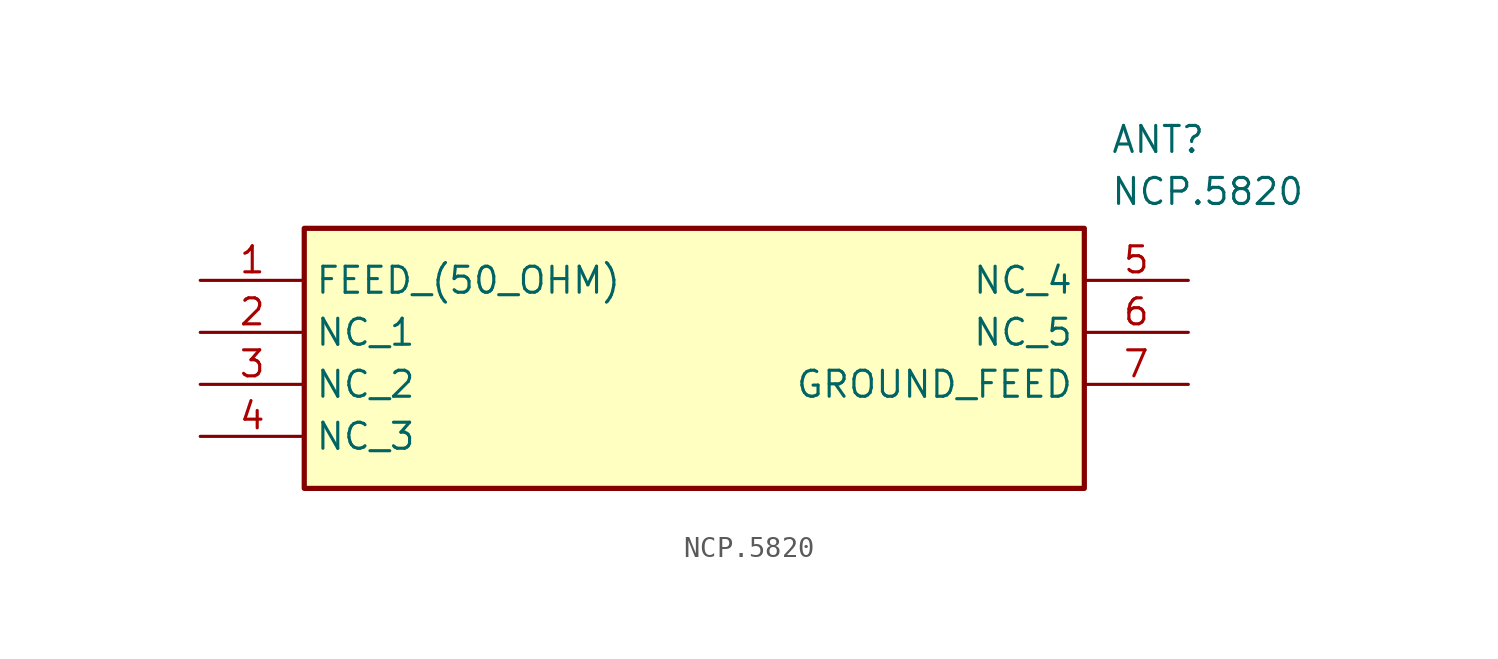
<source format=kicad_sym>
(kicad_symbol_lib
  (version 20211014)
  (generator SamacSys_ECAD_Model)
  (symbol "NCP.5820"
    (property "Reference" "ANT"
      (at 44.45 7.62 0)
      (effects (font (size 1.27 1.27)) (justify left top)))
    (property "Value" "NCP.5820"
      (at 44.45 5.08 0)
      (effects (font (size 1.27 1.27)) (justify left top)))
    (rectangle
      (start 5.08 2.54)
      (end 43.18 -10.16)
      (stroke (width 0.254) (type default))
      (fill (type background)))
    (pin passive line
      (at 0 0 0)
      (length 5.08)
      (name "FEED_(50_OHM)" (effects (font (size 1.27 1.27))))
      (number "1" (effects (font (size 1.27 1.27)))))
    (pin passive line
      (at 0 -2.54 0)
      (length 5.08)
      (name "NC_1" (effects (font (size 1.27 1.27))))
      (number "2" (effects (font (size 1.27 1.27)))))
    (pin passive line
      (at 0 -5.08 0)
      (length 5.08)
      (name "NC_2" (effects (font (size 1.27 1.27))))
      (number "3" (effects (font (size 1.27 1.27)))))
    (pin passive line
      (at 0 -7.62 0)
      (length 5.08)
      (name "NC_3" (effects (font (size 1.27 1.27))))
      (number "4" (effects (font (size 1.27 1.27)))))
    (pin passive line
      (at 48.26 0 180)
      (length 5.08)
      (name "NC_4" (effects (font (size 1.27 1.27))))
      (number "5" (effects (font (size 1.27 1.27)))))
    (pin passive line
      (at 48.26 -2.54 180)
      (length 5.08)
      (name "NC_5" (effects (font (size 1.27 1.27))))
      (number "6" (effects (font (size 1.27 1.27)))))
    (pin passive line
      (at 48.26 -5.08 180)
      (length 5.08)
      (name "GROUND_FEED" (effects (font (size 1.27 1.27))))
      (number "7" (effects (font (size 1.27 1.27)))))))
</source>
